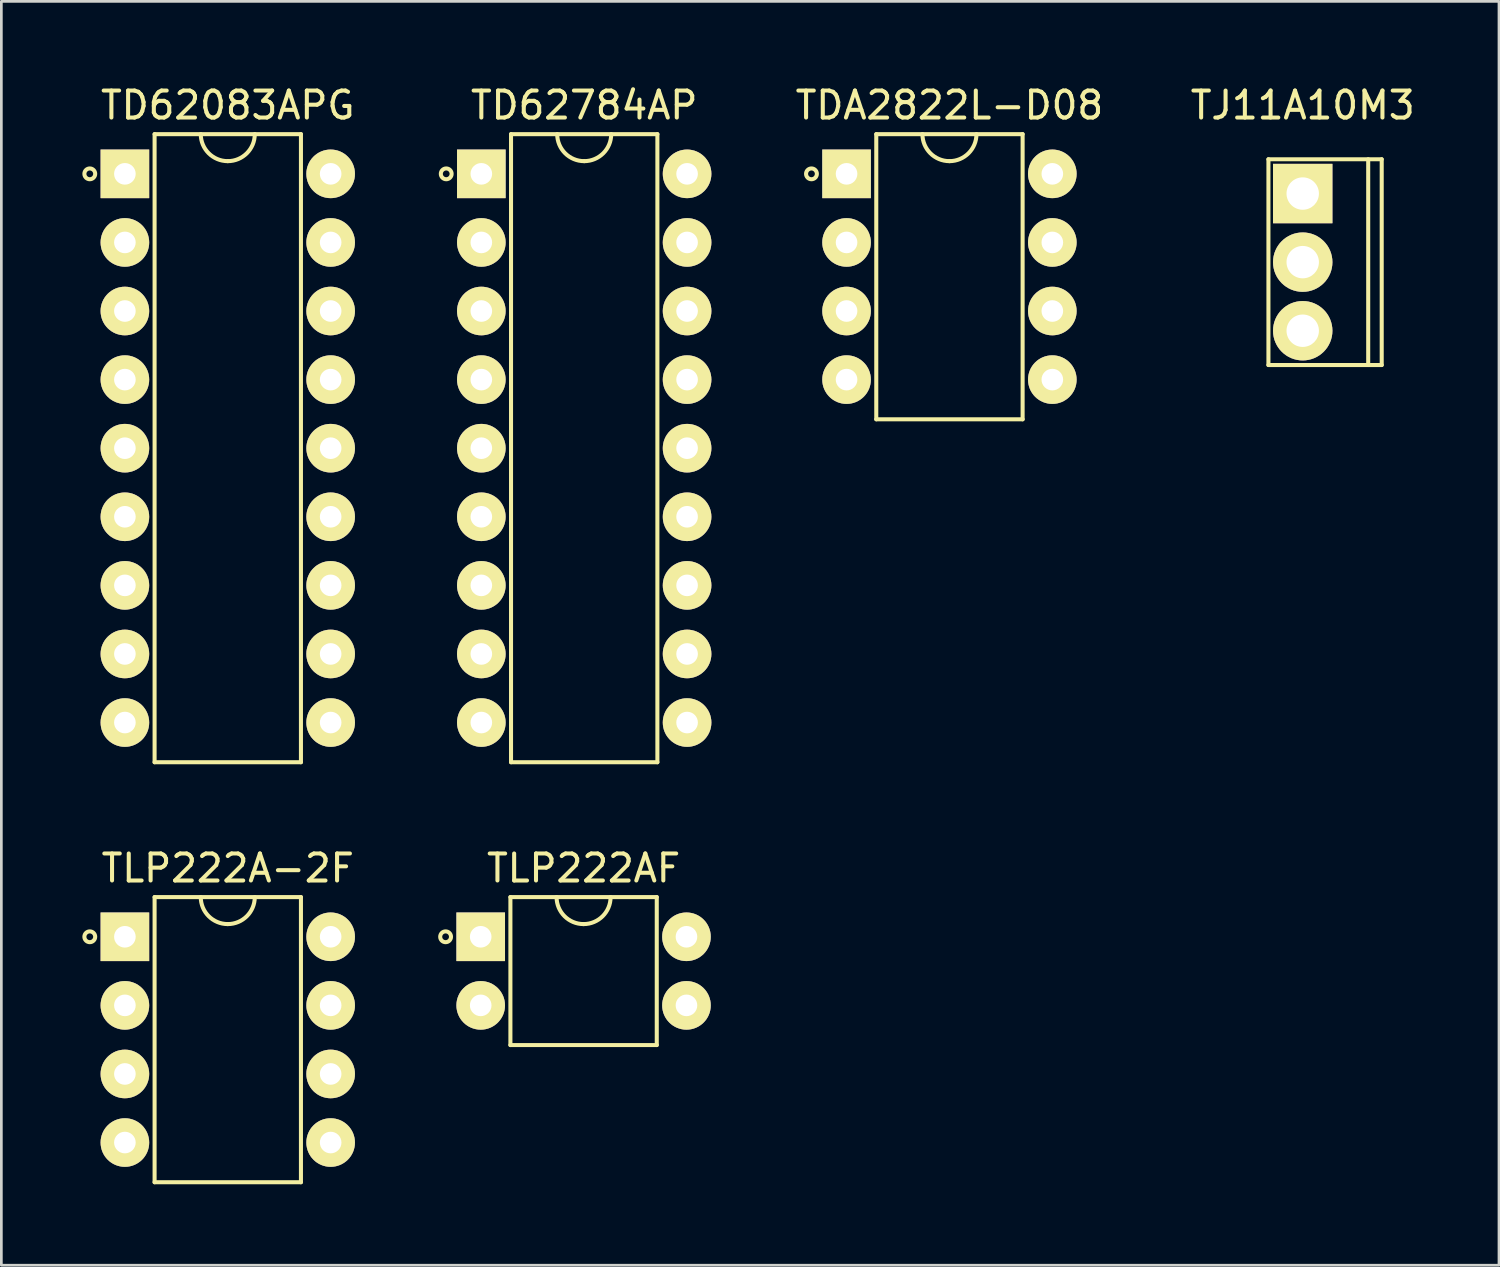
<source format=kicad_pcb>
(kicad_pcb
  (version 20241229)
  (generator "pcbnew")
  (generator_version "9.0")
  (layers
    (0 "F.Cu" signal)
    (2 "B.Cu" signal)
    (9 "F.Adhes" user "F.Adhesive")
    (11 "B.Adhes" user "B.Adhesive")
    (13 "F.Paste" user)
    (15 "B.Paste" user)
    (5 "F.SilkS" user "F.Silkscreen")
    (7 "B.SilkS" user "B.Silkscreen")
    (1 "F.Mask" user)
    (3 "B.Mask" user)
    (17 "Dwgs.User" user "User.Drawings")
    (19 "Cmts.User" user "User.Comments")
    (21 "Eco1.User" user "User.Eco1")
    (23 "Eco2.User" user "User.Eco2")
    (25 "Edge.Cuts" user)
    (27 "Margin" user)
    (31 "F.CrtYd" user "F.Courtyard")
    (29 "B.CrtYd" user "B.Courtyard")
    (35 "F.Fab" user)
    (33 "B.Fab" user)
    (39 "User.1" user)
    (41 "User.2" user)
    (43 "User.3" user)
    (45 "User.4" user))
  (footprint "TJ11A10M3"
    (layer "F.Cu")
    (at 45.194 4.118)
    (property "Reference" "TJ11A10M3" (at 0 -3.27 0) (layer "F.SilkS") (effects (font (size 1 1) (thickness 0.15))))
    (attr through_hole)
    (fp_line (start -1.27 -1.27) (end -1.27 6.35) (stroke (width 0.15) (type solid)) (layer "F.SilkS"))
    (fp_line (start -1.27 -1.27) (end 2.925 -1.27) (stroke (width 0.15) (type solid)) (layer "F.SilkS"))
    (fp_line (start -1.27 6.35) (end 2.925 6.35) (stroke (width 0.15) (type solid)) (layer "F.SilkS"))
    (fp_line (start 2.425 -1.27) (end 2.425 6.35) (stroke (width 0.15) (type solid)) (layer "F.SilkS"))
    (fp_line (start 2.925 -1.27) (end 2.925 6.35) (stroke (width 0.15) (type solid)) (layer "F.SilkS"))
    (pad "1" thru_hole rect (at 0 0) (size 2.2 2.2) (drill 1.2) (layers "*.Cu" "*.Mask" "F.SilkS"))
    (pad "2" thru_hole circle (at 0 2.54) (size 2.2 2.2) (drill 1.2) (layers "*.Cu" "*.Mask" "F.SilkS"))
    (pad "3" thru_hole circle (at 0 5.08) (size 2.2 2.2) (drill 1.2) (layers "*.Cu" "*.Mask" "F.SilkS")))
  (footprint "TLP222A-2F"
    (layer "F.Cu")
    (at 1.575 31.642)
    (property "Reference" "TLP222A-2F" (at 3.81 -2.54 0) (layer "F.SilkS") (effects (font (size 1 1) (thickness 0.15))))
    (attr through_hole)
    (fp_line (start 1.1 -1.47) (end 6.52 -1.47) (stroke (width 0.15) (type solid)) (layer "F.SilkS"))
    (fp_line (start 1.1 9.09) (end 1.1 -1.47) (stroke (width 0.15) (type solid)) (layer "F.SilkS"))
    (fp_line (start 6.52 -1.47) (end 6.52 9.09) (stroke (width 0.15) (type solid)) (layer "F.SilkS"))
    (fp_line (start 6.52 9.09) (end 1.1 9.09) (stroke (width 0.15) (type solid)) (layer "F.SilkS"))
    (fp_arc (start 3.81 -0.47) (mid 3.102893 -0.762893) (end 2.81 -1.47) (stroke (width 0.15) (type solid)) (layer "F.SilkS"))
    (fp_arc (start 4.81 -1.47) (mid 4.517107 -0.762893) (end 3.81 -0.47) (stroke (width 0.15) (type solid)) (layer "F.SilkS"))
    (fp_circle (center -1.3 0) (end -1.3 0.2) (stroke (width 0.15) (type solid)) (fill no) (layer "F.SilkS"))
    (pad "1" thru_hole rect (at 0 0) (size 1.8 1.8) (drill 0.8) (layers "*.Cu" "*.Mask" "F.SilkS"))
    (pad "2" thru_hole circle (at 0 2.54) (size 1.8 1.8) (drill 0.8) (layers "*.Cu" "*.Mask" "F.SilkS"))
    (pad "3" thru_hole circle (at 0 5.08) (size 1.8 1.8) (drill 0.8) (layers "*.Cu" "*.Mask" "F.SilkS"))
    (pad "4" thru_hole circle (at 0 7.62) (size 1.8 1.8) (drill 0.8) (layers "*.Cu" "*.Mask" "F.SilkS"))
    (pad "5" thru_hole circle (at 7.62 7.62) (size 1.8 1.8) (drill 0.8) (layers "*.Cu" "*.Mask" "F.SilkS"))
    (pad "6" thru_hole circle (at 7.62 5.08) (size 1.8 1.8) (drill 0.8) (layers "*.Cu" "*.Mask" "F.SilkS"))
    (pad "7" thru_hole circle (at 7.62 2.54) (size 1.8 1.8) (drill 0.8) (layers "*.Cu" "*.Mask" "F.SilkS"))
    (pad "8" thru_hole circle (at 7.62 0) (size 1.8 1.8) (drill 0.8) (layers "*.Cu" "*.Mask" "F.SilkS")))
  (footprint "TD62784AP"
    (layer "F.Cu")
    (at 14.775 3.388)
    (property "Reference" "TD62784AP" (at 3.81 -2.54 0) (layer "F.SilkS") (effects (font (size 1 1) (thickness 0.15))))
    (attr through_hole)
    (fp_line (start 1.1 -1.47) (end 6.52 -1.47) (stroke (width 0.15) (type solid)) (layer "F.SilkS"))
    (fp_line (start 1.1 21.79) (end 1.1 -1.47) (stroke (width 0.15) (type solid)) (layer "F.SilkS"))
    (fp_line (start 6.52 -1.47) (end 6.52 21.79) (stroke (width 0.15) (type solid)) (layer "F.SilkS"))
    (fp_line (start 6.52 21.79) (end 1.1 21.79) (stroke (width 0.15) (type solid)) (layer "F.SilkS"))
    (fp_arc (start 3.81 -0.47) (mid 3.102893 -0.762893) (end 2.81 -1.47) (stroke (width 0.15) (type solid)) (layer "F.SilkS"))
    (fp_arc (start 4.81 -1.47) (mid 4.517107 -0.762893) (end 3.81 -0.47) (stroke (width 0.15) (type solid)) (layer "F.SilkS"))
    (fp_circle (center -1.3 0) (end -1.3 0.2) (stroke (width 0.15) (type solid)) (fill no) (layer "F.SilkS"))
    (pad "1" thru_hole rect (at 0 0) (size 1.8 1.8) (drill 0.8) (layers "*.Cu" "*.Mask" "F.SilkS"))
    (pad "2" thru_hole circle (at 0 2.54) (size 1.8 1.8) (drill 0.8) (layers "*.Cu" "*.Mask" "F.SilkS"))
    (pad "3" thru_hole circle (at 0 5.08) (size 1.8 1.8) (drill 0.8) (layers "*.Cu" "*.Mask" "F.SilkS"))
    (pad "4" thru_hole circle (at 0 7.62) (size 1.8 1.8) (drill 0.8) (layers "*.Cu" "*.Mask" "F.SilkS"))
    (pad "5" thru_hole circle (at 0 10.16) (size 1.8 1.8) (drill 0.8) (layers "*.Cu" "*.Mask" "F.SilkS"))
    (pad "6" thru_hole circle (at 0 12.7) (size 1.8 1.8) (drill 0.8) (layers "*.Cu" "*.Mask" "F.SilkS"))
    (pad "7" thru_hole circle (at 0 15.24) (size 1.8 1.8) (drill 0.8) (layers "*.Cu" "*.Mask" "F.SilkS"))
    (pad "8" thru_hole circle (at 0 17.78) (size 1.8 1.8) (drill 0.8) (layers "*.Cu" "*.Mask" "F.SilkS"))
    (pad "9" thru_hole circle (at 0 20.32) (size 1.8 1.8) (drill 0.8) (layers "*.Cu" "*.Mask" "F.SilkS"))
    (pad "10" thru_hole circle (at 7.62 20.32) (size 1.8 1.8) (drill 0.8) (layers "*.Cu" "*.Mask" "F.SilkS"))
    (pad "11" thru_hole circle (at 7.62 17.78) (size 1.8 1.8) (drill 0.8) (layers "*.Cu" "*.Mask" "F.SilkS"))
    (pad "12" thru_hole circle (at 7.62 15.24) (size 1.8 1.8) (drill 0.8) (layers "*.Cu" "*.Mask" "F.SilkS"))
    (pad "13" thru_hole circle (at 7.62 12.7) (size 1.8 1.8) (drill 0.8) (layers "*.Cu" "*.Mask" "F.SilkS"))
    (pad "14" thru_hole circle (at 7.62 10.16) (size 1.8 1.8) (drill 0.8) (layers "*.Cu" "*.Mask" "F.SilkS"))
    (pad "15" thru_hole circle (at 7.62 7.62) (size 1.8 1.8) (drill 0.8) (layers "*.Cu" "*.Mask" "F.SilkS"))
    (pad "16" thru_hole circle (at 7.62 5.08) (size 1.8 1.8) (drill 0.8) (layers "*.Cu" "*.Mask" "F.SilkS"))
    (pad "17" thru_hole circle (at 7.62 2.54) (size 1.8 1.8) (drill 0.8) (layers "*.Cu" "*.Mask" "F.SilkS"))
    (pad "18" thru_hole circle (at 7.62 0) (size 1.8 1.8) (drill 0.8) (layers "*.Cu" "*.Mask" "F.SilkS")))
  (footprint "TDA2822L-D08"
    (layer "F.Cu")
    (at 28.301 3.388)
    (property "Reference" "TDA2822L-D08" (at 3.81 -2.54 0) (layer "F.SilkS") (effects (font (size 1 1) (thickness 0.15))))
    (attr through_hole)
    (fp_line (start 1.1 -1.47) (end 6.52 -1.47) (stroke (width 0.15) (type solid)) (layer "F.SilkS"))
    (fp_line (start 1.1 9.09) (end 1.1 -1.47) (stroke (width 0.15) (type solid)) (layer "F.SilkS"))
    (fp_line (start 6.52 -1.47) (end 6.52 9.09) (stroke (width 0.15) (type solid)) (layer "F.SilkS"))
    (fp_line (start 6.52 9.09) (end 1.1 9.09) (stroke (width 0.15) (type solid)) (layer "F.SilkS"))
    (fp_arc (start 3.81 -0.47) (mid 3.102893 -0.762893) (end 2.81 -1.47) (stroke (width 0.15) (type solid)) (layer "F.SilkS"))
    (fp_arc (start 4.81 -1.47) (mid 4.517107 -0.762893) (end 3.81 -0.47) (stroke (width 0.15) (type solid)) (layer "F.SilkS"))
    (fp_circle (center -1.3 0) (end -1.3 0.2) (stroke (width 0.15) (type solid)) (fill no) (layer "F.SilkS"))
    (pad "1" thru_hole rect (at 0 0) (size 1.8 1.8) (drill 0.8) (layers "*.Cu" "*.Mask" "F.SilkS"))
    (pad "2" thru_hole circle (at 0 2.54) (size 1.8 1.8) (drill 0.8) (layers "*.Cu" "*.Mask" "F.SilkS"))
    (pad "3" thru_hole circle (at 0 5.08) (size 1.8 1.8) (drill 0.8) (layers "*.Cu" "*.Mask" "F.SilkS"))
    (pad "4" thru_hole circle (at 0 7.62) (size 1.8 1.8) (drill 0.8) (layers "*.Cu" "*.Mask" "F.SilkS"))
    (pad "5" thru_hole circle (at 7.62 7.62) (size 1.8 1.8) (drill 0.8) (layers "*.Cu" "*.Mask" "F.SilkS"))
    (pad "6" thru_hole circle (at 7.62 5.08) (size 1.8 1.8) (drill 0.8) (layers "*.Cu" "*.Mask" "F.SilkS"))
    (pad "7" thru_hole circle (at 7.62 2.54) (size 1.8 1.8) (drill 0.8) (layers "*.Cu" "*.Mask" "F.SilkS"))
    (pad "8" thru_hole circle (at 7.62 0) (size 1.8 1.8) (drill 0.8) (layers "*.Cu" "*.Mask" "F.SilkS")))
  (footprint "TD62083APG"
    (layer "F.Cu")
    (at 1.575 3.388)
    (property "Reference" "TD62083APG" (at 3.81 -2.54 0) (layer "F.SilkS") (effects (font (size 1 1) (thickness 0.15))))
    (attr through_hole)
    (fp_line (start 1.1 -1.47) (end 6.52 -1.47) (stroke (width 0.15) (type solid)) (layer "F.SilkS"))
    (fp_line (start 1.1 21.79) (end 1.1 -1.47) (stroke (width 0.15) (type solid)) (layer "F.SilkS"))
    (fp_line (start 6.52 -1.47) (end 6.52 21.79) (stroke (width 0.15) (type solid)) (layer "F.SilkS"))
    (fp_line (start 6.52 21.79) (end 1.1 21.79) (stroke (width 0.15) (type solid)) (layer "F.SilkS"))
    (fp_arc (start 3.81 -0.47) (mid 3.102893 -0.762893) (end 2.81 -1.47) (stroke (width 0.15) (type solid)) (layer "F.SilkS"))
    (fp_arc (start 4.81 -1.47) (mid 4.517107 -0.762893) (end 3.81 -0.47) (stroke (width 0.15) (type solid)) (layer "F.SilkS"))
    (fp_circle (center -1.3 0) (end -1.3 0.2) (stroke (width 0.15) (type solid)) (fill no) (layer "F.SilkS"))
    (pad "1" thru_hole rect (at 0 0) (size 1.8 1.8) (drill 0.8) (layers "*.Cu" "*.Mask" "F.SilkS"))
    (pad "2" thru_hole circle (at 0 2.54) (size 1.8 1.8) (drill 0.8) (layers "*.Cu" "*.Mask" "F.SilkS"))
    (pad "3" thru_hole circle (at 0 5.08) (size 1.8 1.8) (drill 0.8) (layers "*.Cu" "*.Mask" "F.SilkS"))
    (pad "4" thru_hole circle (at 0 7.62) (size 1.8 1.8) (drill 0.8) (layers "*.Cu" "*.Mask" "F.SilkS"))
    (pad "5" thru_hole circle (at 0 10.16) (size 1.8 1.8) (drill 0.8) (layers "*.Cu" "*.Mask" "F.SilkS"))
    (pad "6" thru_hole circle (at 0 12.7) (size 1.8 1.8) (drill 0.8) (layers "*.Cu" "*.Mask" "F.SilkS"))
    (pad "7" thru_hole circle (at 0 15.24) (size 1.8 1.8) (drill 0.8) (layers "*.Cu" "*.Mask" "F.SilkS"))
    (pad "8" thru_hole circle (at 0 17.78) (size 1.8 1.8) (drill 0.8) (layers "*.Cu" "*.Mask" "F.SilkS"))
    (pad "9" thru_hole circle (at 0 20.32) (size 1.8 1.8) (drill 0.8) (layers "*.Cu" "*.Mask" "F.SilkS"))
    (pad "10" thru_hole circle (at 7.62 20.32) (size 1.8 1.8) (drill 0.8) (layers "*.Cu" "*.Mask" "F.SilkS"))
    (pad "11" thru_hole circle (at 7.62 17.78) (size 1.8 1.8) (drill 0.8) (layers "*.Cu" "*.Mask" "F.SilkS"))
    (pad "12" thru_hole circle (at 7.62 15.24) (size 1.8 1.8) (drill 0.8) (layers "*.Cu" "*.Mask" "F.SilkS"))
    (pad "13" thru_hole circle (at 7.62 12.7) (size 1.8 1.8) (drill 0.8) (layers "*.Cu" "*.Mask" "F.SilkS"))
    (pad "14" thru_hole circle (at 7.62 10.16) (size 1.8 1.8) (drill 0.8) (layers "*.Cu" "*.Mask" "F.SilkS"))
    (pad "15" thru_hole circle (at 7.62 7.62) (size 1.8 1.8) (drill 0.8) (layers "*.Cu" "*.Mask" "F.SilkS"))
    (pad "16" thru_hole circle (at 7.62 5.08) (size 1.8 1.8) (drill 0.8) (layers "*.Cu" "*.Mask" "F.SilkS"))
    (pad "17" thru_hole circle (at 7.62 2.54) (size 1.8 1.8) (drill 0.8) (layers "*.Cu" "*.Mask" "F.SilkS"))
    (pad "18" thru_hole circle (at 7.62 0) (size 1.8 1.8) (drill 0.8) (layers "*.Cu" "*.Mask" "F.SilkS")))
  (footprint "TLP222AF"
    (layer "F.Cu")
    (at 14.752 31.642)
    (property "Reference" "TLP222AF" (at 3.81 -2.54 0) (layer "F.SilkS") (effects (font (size 1 1) (thickness 0.15))))
    (attr through_hole)
    (fp_line (start 1.1 -1.47) (end 6.52 -1.47) (stroke (width 0.15) (type solid)) (layer "F.SilkS"))
    (fp_line (start 1.1 4.01) (end 1.1 -1.47) (stroke (width 0.15) (type solid)) (layer "F.SilkS"))
    (fp_line (start 6.52 -1.47) (end 6.52 4.01) (stroke (width 0.15) (type solid)) (layer "F.SilkS"))
    (fp_line (start 6.52 4.01) (end 1.1 4.01) (stroke (width 0.15) (type solid)) (layer "F.SilkS"))
    (fp_arc (start 3.81 -0.47) (mid 3.102893 -0.762893) (end 2.81 -1.47) (stroke (width 0.15) (type solid)) (layer "F.SilkS"))
    (fp_arc (start 4.81 -1.47) (mid 4.517107 -0.762893) (end 3.81 -0.47) (stroke (width 0.15) (type solid)) (layer "F.SilkS"))
    (fp_circle (center -1.3 0) (end -1.3 0.2) (stroke (width 0.15) (type solid)) (fill no) (layer "F.SilkS"))
    (pad "1" thru_hole rect (at 0 0) (size 1.8 1.8) (drill 0.8) (layers "*.Cu" "*.Mask" "F.SilkS"))
    (pad "2" thru_hole circle (at 0 2.54) (size 1.8 1.8) (drill 0.8) (layers "*.Cu" "*.Mask" "F.SilkS"))
    (pad "3" thru_hole circle (at 7.62 2.54) (size 1.8 1.8) (drill 0.8) (layers "*.Cu" "*.Mask" "F.SilkS"))
    (pad "4" thru_hole circle (at 7.62 0) (size 1.8 1.8) (drill 0.8) (layers "*.Cu" "*.Mask" "F.SilkS")))
  (gr_rect
    (start -3 -3)
    (end 52.462 43.806)
    (stroke (width 0.1) (type default))
    (fill no)
    (layer "Edge.Cuts")))
</source>
